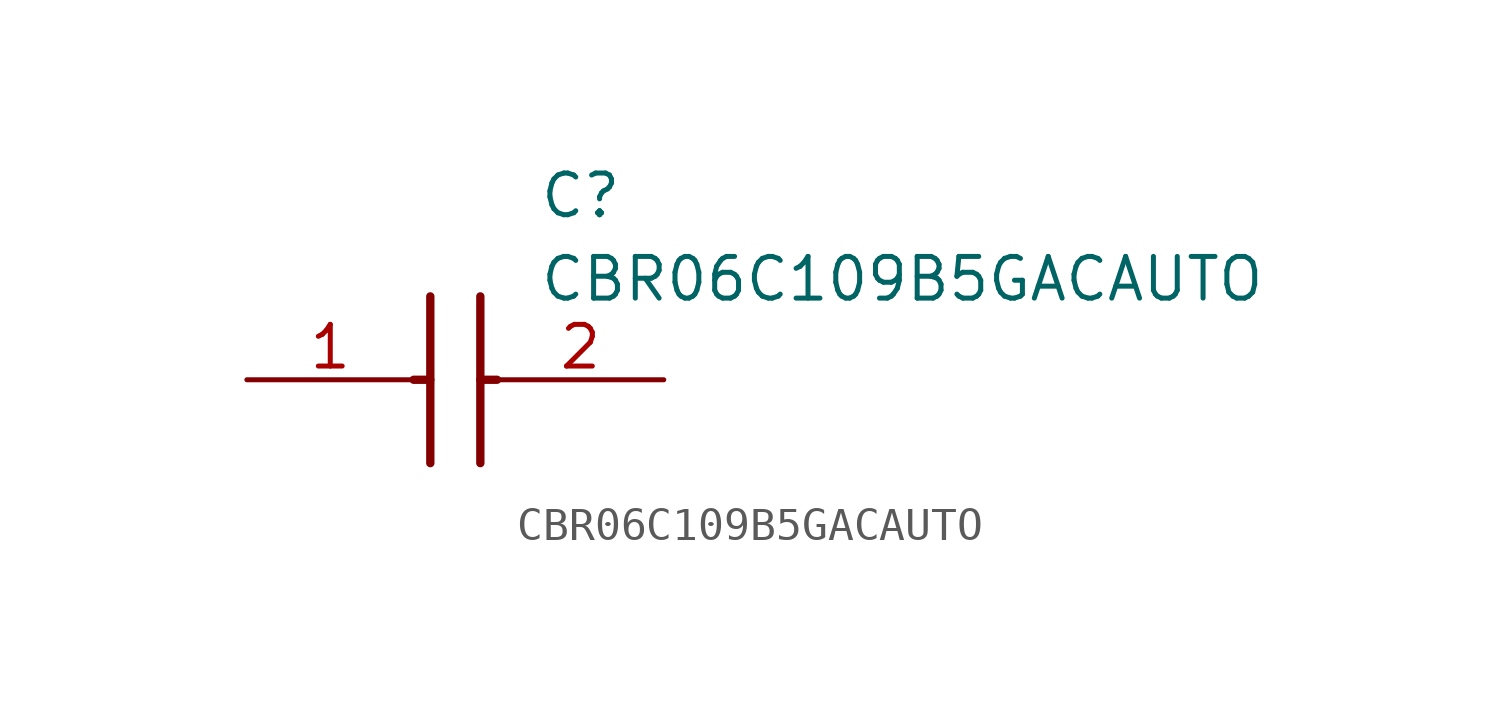
<source format=kicad_sym>
(kicad_symbol_lib
  (version 20211014)
  (generator SamacSys_ECAD_Model)
  (symbol "CBR06C109B5GACAUTO"
    (pin_names hide)
    (property "Reference" "C"
      (at 8.89 6.35 0)
      (effects (font (size 1.27 1.27)) (justify left top)))
    (property "Value" "CBR06C109B5GACAUTO"
      (at 8.89 3.81 0)
      (effects (font (size 1.27 1.27)) (justify left top)))
    (polyline
      (pts (xy 5.588 2.54) (xy 5.588 -2.54))
      (stroke (width 0.254) (type default))
      (fill (type none)))
    (polyline
      (pts (xy 7.112 2.54) (xy 7.112 -2.54))
      (stroke (width 0.254) (type default))
      (fill (type none)))
    (polyline
      (pts (xy 5.08 0) (xy 5.588 0))
      (stroke (width 0.254) (type default))
      (fill (type none)))
    (polyline
      (pts (xy 7.112 0) (xy 7.62 0))
      (stroke (width 0.254) (type default))
      (fill (type none)))
    (pin passive line
      (at 0 0 0)
      (length 5.08)
      (name "1" (effects (font (size 1.27 1.27))))
      (number "1" (effects (font (size 1.27 1.27)))))
    (pin passive line
      (at 12.7 0 180)
      (length 5.08)
      (name "2" (effects (font (size 1.27 1.27))))
      (number "2" (effects (font (size 1.27 1.27)))))))
</source>
